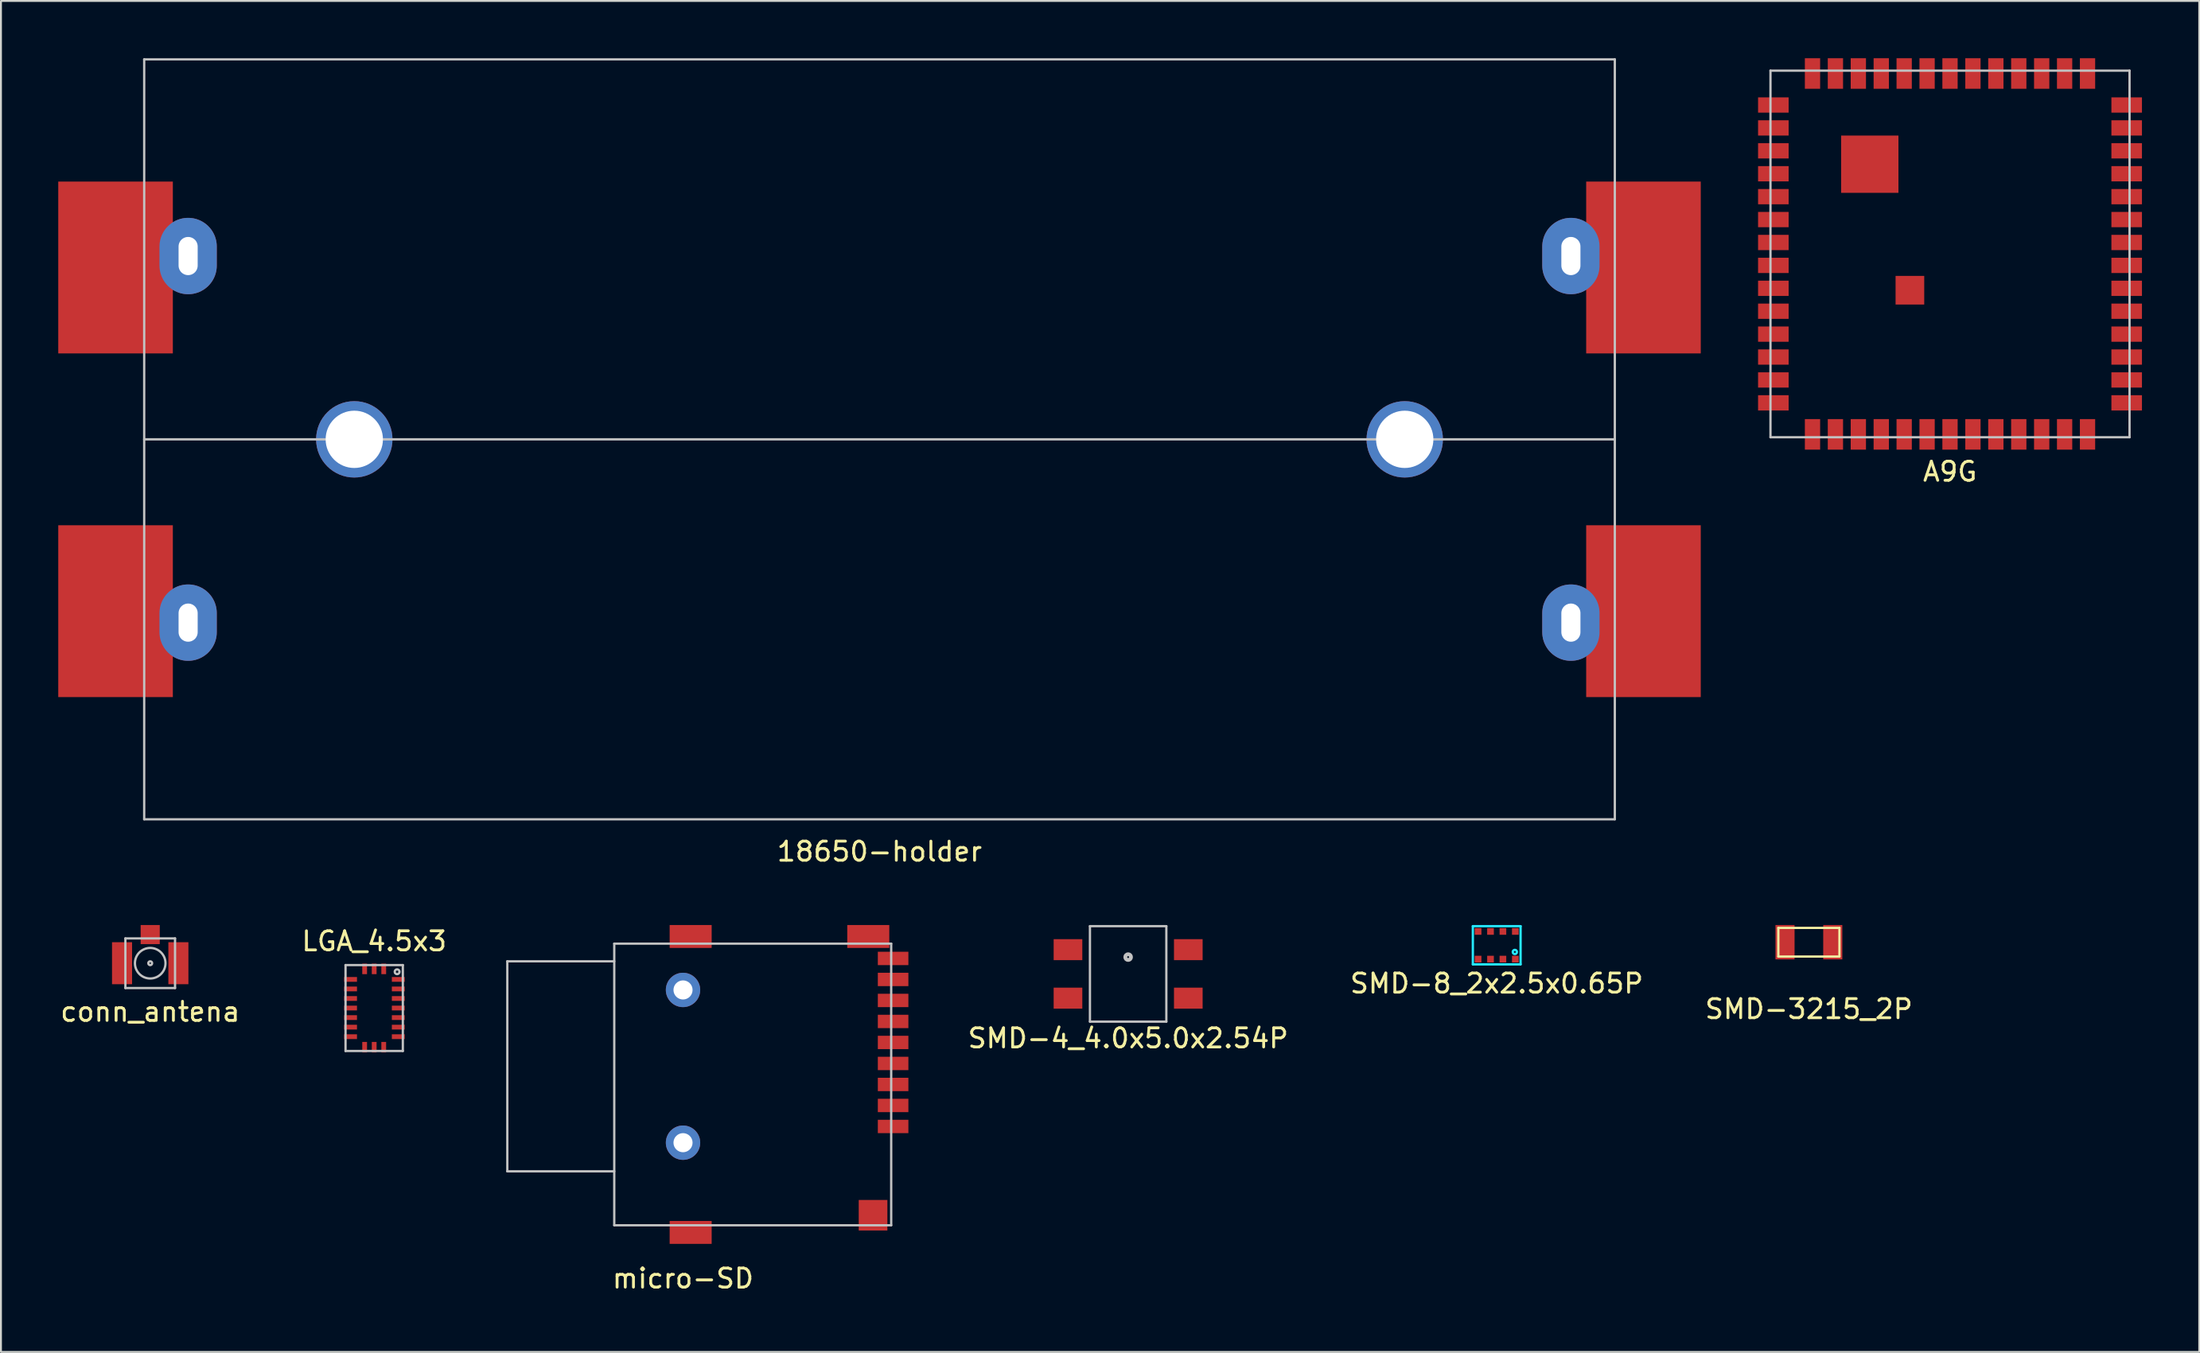
<source format=kicad_pcb>
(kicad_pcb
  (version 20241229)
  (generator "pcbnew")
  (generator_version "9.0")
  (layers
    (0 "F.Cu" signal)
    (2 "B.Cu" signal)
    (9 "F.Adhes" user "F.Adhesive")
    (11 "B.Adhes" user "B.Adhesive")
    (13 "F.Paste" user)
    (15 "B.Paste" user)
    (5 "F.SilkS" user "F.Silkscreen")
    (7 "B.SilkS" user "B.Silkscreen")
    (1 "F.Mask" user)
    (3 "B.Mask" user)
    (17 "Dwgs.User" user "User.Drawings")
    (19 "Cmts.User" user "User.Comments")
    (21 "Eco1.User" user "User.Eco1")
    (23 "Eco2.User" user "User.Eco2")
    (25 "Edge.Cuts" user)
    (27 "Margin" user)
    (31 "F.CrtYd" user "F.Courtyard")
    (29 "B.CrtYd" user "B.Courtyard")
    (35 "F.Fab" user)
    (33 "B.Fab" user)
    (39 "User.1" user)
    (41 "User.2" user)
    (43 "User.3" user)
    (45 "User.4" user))
  (footprint "LGA_4.5x3"
    (layer "F.Cu")
    (at 16.542 49.746)
    (property "Reference" "LGA_4.5x3" (at 0 -3.5 0) (layer "F.SilkS") (effects (font (size 1 1) (thickness 0.15))))
    (attr through_hole)
    (fp_line (start -1.5 -2.25) (end -1.5 2.25) (stroke (width 0.12) (type solid)) (layer "Dwgs.User"))
    (fp_line (start -1.5 2.25) (end 1.5 2.25) (stroke (width 0.12) (type solid)) (layer "Dwgs.User"))
    (fp_line (start 1.5 -2.25) (end -1.5 -2.25) (stroke (width 0.12) (type solid)) (layer "Dwgs.User"))
    (fp_line (start 1.5 2.25) (end 1.5 -2.25) (stroke (width 0.12) (type solid)) (layer "Dwgs.User"))
    (fp_circle (center 1.2 -1.9) (end 1.325 -1.9) (stroke (width 0.12) (type solid)) (fill no) (layer "Dwgs.User"))
    (pad "1" smd rect (at 1.262 -1.5) (size 0.675 0.25) (layers "F.Cu" "F.Mask" "F.Paste"))
    (pad "2" smd rect (at 1.262 -1) (size 0.675 0.25) (layers "F.Cu" "F.Mask" "F.Paste"))
    (pad "3" smd rect (at 1.262 -0.5) (size 0.675 0.25) (layers "F.Cu" "F.Mask" "F.Paste"))
    (pad "4" smd rect (at 1.262 0) (size 0.675 0.25) (layers "F.Cu" "F.Mask" "F.Paste"))
    (pad "5" smd rect (at 1.262 0.5) (size 0.675 0.25) (layers "F.Cu" "F.Mask" "F.Paste"))
    (pad "6" smd rect (at 1.262 1) (size 0.675 0.25) (layers "F.Cu" "F.Mask" "F.Paste"))
    (pad "7" smd rect (at 1.262 1.5) (size 0.675 0.25) (layers "F.Cu" "F.Mask" "F.Paste"))
    (pad "8" smd rect (at 0.5 2.05 90) (size 0.55 0.25) (layers "F.Cu" "F.Mask" "F.Paste"))
    (pad "9" smd rect (at 0 2.05 90) (size 0.55 0.25) (layers "F.Cu" "F.Mask" "F.Paste"))
    (pad "10" smd rect (at -0.5 2.05 90) (size 0.55 0.25) (layers "F.Cu" "F.Mask" "F.Paste"))
    (pad "11" smd rect (at -1.238 1.5) (size 0.675 0.25) (layers "F.Cu" "F.Mask" "F.Paste"))
    (pad "12" smd rect (at -1.238 1) (size 0.675 0.25) (layers "F.Cu" "F.Mask" "F.Paste"))
    (pad "13" smd rect (at -1.238 0.5) (size 0.675 0.25) (layers "F.Cu" "F.Mask" "F.Paste"))
    (pad "14" smd rect (at -1.238 0) (size 0.675 0.25) (layers "F.Cu" "F.Mask" "F.Paste"))
    (pad "15" smd rect (at -1.238 -0.5) (size 0.675 0.25) (layers "F.Cu" "F.Mask" "F.Paste"))
    (pad "16" smd rect (at -1.238 -1) (size 0.675 0.25) (layers "F.Cu" "F.Mask" "F.Paste"))
    (pad "17" smd rect (at -1.238 -1.5) (size 0.675 0.25) (layers "F.Cu" "F.Mask" "F.Paste"))
    (pad "18" smd rect (at -0.5 -2.05 90) (size 0.55 0.25) (layers "F.Cu" "F.Mask" "F.Paste"))
    (pad "19" smd rect (at 0 -2.05 90) (size 0.55 0.25) (layers "F.Cu" "F.Mask" "F.Paste"))
    (pad "20" smd rect (at 0.5 -2.05 90) (size 0.55 0.25) (layers "F.Cu" "F.Mask" "F.Paste")))
  (footprint "A9G"
    (layer "F.Cu")
    (at 99.05 10.25)
    (property "Reference" "A9G" (at 0 11.4 0) (layer "F.SilkS") (effects (font (size 1 1) (thickness 0.15))))
    (attr through_hole)
    (fp_line (start -9.4 -9.6) (end 9.4 -9.6) (stroke (width 0.12) (type solid)) (layer "Dwgs.User"))
    (fp_line (start -9.4 9.6) (end -9.4 -9.6) (stroke (width 0.12) (type solid)) (layer "Dwgs.User"))
    (fp_line (start 9.4 -9.6) (end 9.4 9.6) (stroke (width 0.12) (type solid)) (layer "Dwgs.User"))
    (fp_line (start 9.4 9.6) (end -9.4 9.6) (stroke (width 0.12) (type solid)) (layer "Dwgs.User"))
    (pad "1" smd rect (at -9.25 -7.8 90) (size 0.8 1.6) (layers "F.Cu" "F.Mask" "F.Paste"))
    (pad "2" smd rect (at -9.25 -6.6 90) (size 0.8 1.6) (layers "F.Cu" "F.Mask" "F.Paste"))
    (pad "3" smd rect (at -9.25 -5.4 90) (size 0.8 1.6) (layers "F.Cu" "F.Mask" "F.Paste"))
    (pad "4" smd rect (at -9.25 -4.2 90) (size 0.8 1.6) (layers "F.Cu" "F.Mask" "F.Paste"))
    (pad "5" smd rect (at -9.25 -3 90) (size 0.8 1.6) (layers "F.Cu" "F.Mask" "F.Paste"))
    (pad "6" smd rect (at -9.25 -1.8 90) (size 0.8 1.6) (layers "F.Cu" "F.Mask" "F.Paste"))
    (pad "7" smd rect (at -9.25 -0.6 90) (size 0.8 1.6) (layers "F.Cu" "F.Mask" "F.Paste"))
    (pad "8" smd rect (at -9.25 0.6 90) (size 0.8 1.6) (layers "F.Cu" "F.Mask" "F.Paste"))
    (pad "9" smd rect (at -9.25 1.8 90) (size 0.8 1.6) (layers "F.Cu" "F.Mask" "F.Paste"))
    (pad "10" smd rect (at -9.25 3 90) (size 0.8 1.6) (layers "F.Cu" "F.Mask" "F.Paste"))
    (pad "11" smd rect (at -9.25 4.2 90) (size 0.8 1.6) (layers "F.Cu" "F.Mask" "F.Paste"))
    (pad "12" smd rect (at -9.25 5.4 90) (size 0.8 1.6) (layers "F.Cu" "F.Mask" "F.Paste"))
    (pad "13" smd rect (at -9.25 6.6 90) (size 0.8 1.6) (layers "F.Cu" "F.Mask" "F.Paste"))
    (pad "14" smd rect (at -9.25 7.8 90) (size 0.8 1.6) (layers "F.Cu" "F.Mask" "F.Paste"))
    (pad "15" smd rect (at -7.2 9.45 180) (size 0.8 1.6) (layers "F.Cu" "F.Mask" "F.Paste"))
    (pad "16" smd rect (at -6 9.45 180) (size 0.8 1.6) (layers "F.Cu" "F.Mask" "F.Paste"))
    (pad "17" smd rect (at -4.8 9.45 180) (size 0.8 1.6) (layers "F.Cu" "F.Mask" "F.Paste"))
    (pad "18" smd rect (at -3.6 9.45 180) (size 0.8 1.6) (layers "F.Cu" "F.Mask" "F.Paste"))
    (pad "19" smd rect (at -2.4 9.45 180) (size 0.8 1.6) (layers "F.Cu" "F.Mask" "F.Paste"))
    (pad "20" smd rect (at -1.2 9.45 180) (size 0.8 1.6) (layers "F.Cu" "F.Mask" "F.Paste"))
    (pad "21" smd rect (at 0 9.45 180) (size 0.8 1.6) (layers "F.Cu" "F.Mask" "F.Paste"))
    (pad "22" smd rect (at 1.2 9.45 180) (size 0.8 1.6) (layers "F.Cu" "F.Mask" "F.Paste"))
    (pad "23" smd rect (at 2.4 9.45 180) (size 0.8 1.6) (layers "F.Cu" "F.Mask" "F.Paste"))
    (pad "24" smd rect (at 3.6 9.45 180) (size 0.8 1.6) (layers "F.Cu" "F.Mask" "F.Paste"))
    (pad "25" smd rect (at 4.8 9.45 180) (size 0.8 1.6) (layers "F.Cu" "F.Mask" "F.Paste"))
    (pad "26" smd rect (at 6 9.45 180) (size 0.8 1.6) (layers "F.Cu" "F.Mask" "F.Paste"))
    (pad "27" smd rect (at 7.2 9.45 180) (size 0.8 1.6) (layers "F.Cu" "F.Mask" "F.Paste"))
    (pad "28" smd rect (at 9.25 7.8 270) (size 0.8 1.6) (layers "F.Cu" "F.Mask" "F.Paste"))
    (pad "29" smd rect (at 9.25 6.6 270) (size 0.8 1.6) (layers "F.Cu" "F.Mask" "F.Paste"))
    (pad "30" smd rect (at 9.25 5.4 270) (size 0.8 1.6) (layers "F.Cu" "F.Mask" "F.Paste"))
    (pad "31" smd rect (at 9.25 4.2 270) (size 0.8 1.6) (layers "F.Cu" "F.Mask" "F.Paste"))
    (pad "32" smd rect (at 9.25 3 270) (size 0.8 1.6) (layers "F.Cu" "F.Mask" "F.Paste"))
    (pad "33" smd rect (at 9.25 1.8 270) (size 0.8 1.6) (layers "F.Cu" "F.Mask" "F.Paste"))
    (pad "34" smd rect (at 9.25 0.6 270) (size 0.8 1.6) (layers "F.Cu" "F.Mask" "F.Paste"))
    (pad "35" smd rect (at 9.25 -1.8 270) (size 0.8 1.6) (layers "F.Cu" "F.Mask" "F.Paste"))
    (pad "36" smd rect (at 9.25 -0.6 270) (size 0.8 1.6) (layers "F.Cu" "F.Mask" "F.Paste"))
    (pad "37" smd rect (at 9.25 -3 270) (size 0.8 1.6) (layers "F.Cu" "F.Mask" "F.Paste"))
    (pad "38" smd rect (at 9.25 -4.2 270) (size 0.8 1.6) (layers "F.Cu" "F.Mask" "F.Paste"))
    (pad "39" smd rect (at 9.25 -5.4 270) (size 0.8 1.6) (layers "F.Cu" "F.Mask" "F.Paste"))
    (pad "40" smd rect (at 9.25 -6.6 270) (size 0.8 1.6) (layers "F.Cu" "F.Mask" "F.Paste"))
    (pad "41" smd rect (at 9.25 -7.8 270) (size 0.8 1.6) (layers "F.Cu" "F.Mask" "F.Paste"))
    (pad "42" smd rect (at 7.2 -9.45) (size 0.8 1.6) (layers "F.Cu" "F.Mask" "F.Paste"))
    (pad "43" smd rect (at 6 -9.45) (size 0.8 1.6) (layers "F.Cu" "F.Mask" "F.Paste"))
    (pad "44" smd rect (at 4.8 -9.45) (size 0.8 1.6) (layers "F.Cu" "F.Mask" "F.Paste"))
    (pad "45" smd rect (at 3.6 -9.45) (size 0.8 1.6) (layers "F.Cu" "F.Mask" "F.Paste"))
    (pad "46" smd rect (at 2.4 -9.45) (size 0.8 1.6) (layers "F.Cu" "F.Mask" "F.Paste"))
    (pad "47" smd rect (at 1.2 -9.45) (size 0.8 1.6) (layers "F.Cu" "F.Mask" "F.Paste"))
    (pad "48" smd rect (at 0 -9.45) (size 0.8 1.6) (layers "F.Cu" "F.Mask" "F.Paste"))
    (pad "49" smd rect (at -1.2 -9.45) (size 0.8 1.6) (layers "F.Cu" "F.Mask" "F.Paste"))
    (pad "50" smd rect (at -2.4 -9.45) (size 0.8 1.6) (layers "F.Cu" "F.Mask" "F.Paste"))
    (pad "51" smd rect (at -3.6 -9.45) (size 0.8 1.6) (layers "F.Cu" "F.Mask" "F.Paste"))
    (pad "52" smd rect (at -4.8 -9.45) (size 0.8 1.6) (layers "F.Cu" "F.Mask" "F.Paste"))
    (pad "53" smd rect (at -6 -9.45) (size 0.8 1.6) (layers "F.Cu" "F.Mask" "F.Paste"))
    (pad "54" smd rect (at -7.2 -9.45) (size 0.8 1.6) (layers "F.Cu" "F.Mask" "F.Paste"))
    (pad "55" smd rect (at -4.2 -4.7) (size 3 3) (layers "F.Cu" "F.Mask" "F.Paste"))
    (pad "56" smd rect (at -2.1 1.9) (size 1.5 1.5) (layers "F.Cu" "F.Mask" "F.Paste")))
  (footprint "SMD-4_4.0x5.0x2.54P"
    (layer "F.Cu")
    (at 56.018 47.078)
    (property "Reference" "SMD-4_4.0x5.0x2.54P" (at 0 4.25 0) (layer "F.SilkS") (effects (font (size 1 1) (thickness 0.15))))
    (attr smd)
    (fp_line (start -2 -1.62) (end 2 -1.62) (stroke (width 0.12) (type solid)) (layer "Dwgs.User"))
    (fp_line (start -2 3.38) (end -2 -1.62) (stroke (width 0.12) (type solid)) (layer "Dwgs.User"))
    (fp_line (start 2 -1.62) (end 2 3.38) (stroke (width 0.12) (type solid)) (layer "Dwgs.User"))
    (fp_line (start 2 3.38) (end -2 3.38) (stroke (width 0.12) (type solid)) (layer "Dwgs.User"))
    (fp_circle (center 0 0) (end 0.05 0) (stroke (width 0.2) (type solid)) (fill no) (layer "Dwgs.User"))
    (pad "1" smd rect (at -3.15 -0.39) (size 1.5 1.1) (layers "F.Cu" "F.Mask" "F.Paste"))
    (pad "2" smd rect (at -3.15 2.15) (size 1.5 1.1) (layers "F.Cu" "F.Mask" "F.Paste"))
    (pad "3" smd rect (at 3.15 2.15) (size 1.5 1.1) (layers "F.Cu" "F.Mask" "F.Paste"))
    (pad "4" smd rect (at 3.15 -0.39) (size 1.5 1.1) (layers "F.Cu" "F.Mask" "F.Paste")))
  (footprint "SMD-3215_2P"
    (layer "F.Cu")
    (at 91.661 46.298)
    (property "Reference" "SMD-3215_2P" (at 0 3.5 0) (layer "F.SilkS") (effects (font (size 1 1) (thickness 0.15))))
    (attr through_hole)
    (fp_line (start -1.6 -0.75) (end -1.6 0.75) (stroke (width 0.12) (type solid)) (layer "F.SilkS"))
    (fp_line (start -1.6 0.75) (end 1.6 0.75) (stroke (width 0.12) (type solid)) (layer "F.SilkS"))
    (fp_line (start 1.6 -0.75) (end -1.6 -0.75) (stroke (width 0.12) (type solid)) (layer "F.SilkS"))
    (fp_line (start 1.6 0.75) (end 1.6 -0.75) (stroke (width 0.12) (type solid)) (layer "F.SilkS"))
    (pad "1" smd rect (at -1.25 0 90) (size 1.8 1) (layers "F.Cu" "F.Mask" "F.Paste"))
    (pad "2" smd rect (at 1.25 0 90) (size 1.8 1) (layers "F.Cu" "F.Mask" "F.Paste")))
  (footprint "SMD-8_2x2.5x0.65P"
    (layer "F.Cu")
    (at 75.316 46.458)
    (property "Reference" "SMD-8_2x2.5x0.65P" (at 0 2 0) (layer "F.SilkS") (effects (font (size 1 1) (thickness 0.15))))
    (attr through_hole)
    (fp_line (start -1.25 -1) (end -1.25 1) (stroke (width 0.12) (type solid)) (layer "B.CrtYd"))
    (fp_line (start -1.25 1) (end 1.25 1) (stroke (width 0.12) (type solid)) (layer "B.CrtYd"))
    (fp_line (start 1.25 -1) (end -1.25 -1) (stroke (width 0.12) (type solid)) (layer "B.CrtYd"))
    (fp_line (start 1.25 1) (end 1.25 -1) (stroke (width 0.12) (type solid)) (layer "B.CrtYd"))
    (fp_circle (center 0.95 0.35) (end 0.95 0.4) (stroke (width 0.12) (type solid)) (fill no) (layer "B.CrtYd"))
    (pad "1" smd rect (at 0.975 0.725) (size 0.35 0.35) (layers "F.Cu" "F.Mask" "F.Paste"))
    (pad "2" smd rect (at 0.325 0.725) (size 0.35 0.35) (layers "F.Cu" "F.Mask" "F.Paste"))
    (pad "3" smd rect (at -0.325 0.725) (size 0.35 0.35) (layers "F.Cu" "F.Mask" "F.Paste"))
    (pad "4" smd rect (at -0.975 0.725) (size 0.35 0.35) (layers "F.Cu" "F.Mask" "F.Paste"))
    (pad "5" smd rect (at -0.975 -0.725) (size 0.35 0.35) (layers "F.Cu" "F.Mask" "F.Paste"))
    (pad "6" smd rect (at -0.325 -0.725) (size 0.35 0.35) (layers "F.Cu" "F.Mask" "F.Paste"))
    (pad "7" smd rect (at 0.325 -0.725) (size 0.35 0.35) (layers "F.Cu" "F.Mask" "F.Paste"))
    (pad "8" smd rect (at 0.975 -0.725) (size 0.35 0.35) (layers "F.Cu" "F.Mask" "F.Paste")))
  (footprint "micro-SD"
    (layer "F.Cu")
    (at 32.712 53.748)
    (property "Reference" "micro-SD" (at 0 10.16 0) (layer "F.SilkS") (effects (font (size 1 1) (thickness 0.15))))
    (attr through_hole)
    (fp_line (start -9.2 -6.45) (end -3.6 -6.45) (stroke (width 0.12) (type solid)) (layer "Dwgs.User"))
    (fp_line (start -9.2 4.55) (end -9.2 -6.45) (stroke (width 0.12) (type solid)) (layer "Dwgs.User"))
    (fp_line (start -3.6 -7.375) (end -3.6 7.375) (stroke (width 0.12) (type solid)) (layer "Dwgs.User"))
    (fp_line (start -3.6 -7.375) (end 10.9 -7.375) (stroke (width 0.12) (type solid)) (layer "Dwgs.User"))
    (fp_line (start -3.6 4.55) (end -9.2 4.55) (stroke (width 0.12) (type solid)) (layer "Dwgs.User"))
    (fp_line (start -3.6 7.375) (end 10.9 7.375) (stroke (width 0.12) (type solid)) (layer "Dwgs.User"))
    (fp_line (start 10.9 7.375) (end 10.9 -7.375) (stroke (width 0.12) (type solid)) (layer "Dwgs.User"))
    (pad "-1" thru_hole circle (at 0 -4.95) (size 1.8 1.8) (drill 1) (layers "*.Cu" "*.Mask"))
    (pad "-1" thru_hole circle (at 0 3.05) (size 1.8 1.8) (drill 1) (layers "*.Cu" "*.Mask"))
    (pad "-1" smd rect (at 0.4 -7.75) (size 2.2 1.2) (layers "F.Cu" "F.Mask" "F.Paste"))
    (pad "-1" smd rect (at 0.4 7.75) (size 2.2 1.2) (layers "F.Cu" "F.Mask" "F.Paste"))
    (pad "-1" smd rect (at 9.7 -7.75) (size 2.2 1.2) (layers "F.Cu" "F.Mask" "F.Paste"))
    (pad "-1" smd rect (at 9.95 6.85) (size 1.5 1.6) (layers "F.Cu" "F.Mask" "F.Paste"))
    (pad "1" smd rect (at 11 2.2) (size 1.6 0.7) (layers "F.Cu" "F.Mask" "F.Paste"))
    (pad "2" smd rect (at 11 1.1) (size 1.6 0.7) (layers "F.Cu" "F.Mask" "F.Paste"))
    (pad "3" smd rect (at 11 0) (size 1.6 0.7) (layers "F.Cu" "F.Mask" "F.Paste"))
    (pad "4" smd rect (at 11 -1.1) (size 1.6 0.7) (layers "F.Cu" "F.Mask" "F.Paste"))
    (pad "5" smd rect (at 11 -2.2) (size 1.6 0.7) (layers "F.Cu" "F.Mask" "F.Paste"))
    (pad "6" smd rect (at 11 -3.3) (size 1.6 0.7) (layers "F.Cu" "F.Mask" "F.Paste"))
    (pad "7" smd rect (at 11 -4.4) (size 1.6 0.7) (layers "F.Cu" "F.Mask" "F.Paste"))
    (pad "8" smd rect (at 11 -5.5) (size 1.6 0.7) (layers "F.Cu" "F.Mask" "F.Paste"))
    (pad "9" smd rect (at 11 -6.6) (size 1.6 0.7) (layers "F.Cu" "F.Mask" "F.Paste")))
  (footprint "18650-holder"
    (layer "F.Cu")
    (at 43 19.96)
    (property "Reference" "18650-holder" (at 0 21.59 0) (layer "F.SilkS") (effects (font (size 1 1) (thickness 0.15))))
    (attr through_hole)
    (fp_line (start -38.5 -19.9) (end -38.5 19.9) (stroke (width 0.12) (type solid)) (layer "Dwgs.User"))
    (fp_line (start 38.5 -19.9) (end -38.5 -19.9) (stroke (width 0.12) (type solid)) (layer "Dwgs.User"))
    (fp_line (start 38.5 0) (end -38.5 0) (stroke (width 0.12) (type solid)) (layer "Dwgs.User"))
    (fp_line (start 38.5 19.9) (end -38.5 19.9) (stroke (width 0.12) (type solid)) (layer "Dwgs.User"))
    (fp_line (start 38.5 19.9) (end 38.5 -19.9) (stroke (width 0.12) (type solid)) (layer "Dwgs.User"))
    (pad "-1" thru_hole circle (at -27.5 0) (size 4 4) (drill 3) (layers "*.Cu" "*.Mask"))
    (pad "-1" thru_hole circle (at 27.5 0) (size 4 4) (drill 3) (layers "*.Cu" "*.Mask"))
    (pad "1" thru_hole oval (at 36.2 9.6) (size 3 4) (drill oval 1 2) (layers "*.Cu" "*.Mask"))
    (pad "1" smd rect (at 40 9) (size 6 9) (layers "F.Cu" "F.Mask" "F.Paste"))
    (pad "2" smd rect (at -40 9) (size 6 9) (layers "F.Cu" "F.Mask" "F.Paste"))
    (pad "2" thru_hole oval (at -36.2 9.6) (size 3 4) (drill oval 1 2) (layers "*.Cu" "*.Mask"))
    (pad "3" thru_hole oval (at 36.2 -9.6) (size 3 4) (drill oval 1 2) (layers "*.Cu" "*.Mask"))
    (pad "3" smd rect (at 40 -9) (size 6 9) (layers "F.Cu" "F.Mask" "F.Paste"))
    (pad "4" smd rect (at -40 -9) (size 6 9) (layers "F.Cu" "F.Mask" "F.Paste"))
    (pad "4" thru_hole oval (at -36.2 -9.6) (size 3 4) (drill oval 1 2) (layers "*.Cu" "*.Mask")))
  (footprint "conn_antena"
    (layer "F.Cu")
    (at 4.815 47.398)
    (property "Reference" "conn_antena" (at 0 2.54 0) (layer "F.SilkS") (effects (font (size 1 1) (thickness 0.15))))
    (attr through_hole)
    (fp_line (start -1.3 -1.3) (end -1.3 1.3) (stroke (width 0.12) (type solid)) (layer "Dwgs.User"))
    (fp_line (start -1.3 1.3) (end 1.3 1.3) (stroke (width 0.12) (type solid)) (layer "Dwgs.User"))
    (fp_line (start 1.3 -1.3) (end -1.3 -1.3) (stroke (width 0.12) (type solid)) (layer "Dwgs.User"))
    (fp_line (start 1.3 1.3) (end 1.3 -1.3) (stroke (width 0.12) (type solid)) (layer "Dwgs.User"))
    (fp_circle (center 0 0) (end 0.1 0) (stroke (width 0.12) (type solid)) (fill no) (layer "Dwgs.User"))
    (fp_circle (center 0 0) (end 0.8 0) (stroke (width 0.12) (type solid)) (fill no) (layer "Dwgs.User"))
    (pad "1" smd rect (at 0 -1.5) (size 1 1) (layers "F.Cu" "F.Mask" "F.Paste"))
    (pad "2" smd rect (at -1.475 0) (size 1.05 2.2) (layers "F.Cu" "F.Mask" "F.Paste"))
    (pad "2" smd rect (at 1.475 0) (size 1.05 2.2) (layers "F.Cu" "F.Mask" "F.Paste")))
  (gr_rect
    (start -3 -3)
    (end 112.1 67.757)
    (stroke (width 0.1) (type default))
    (fill no)
    (layer "Edge.Cuts")))
</source>
